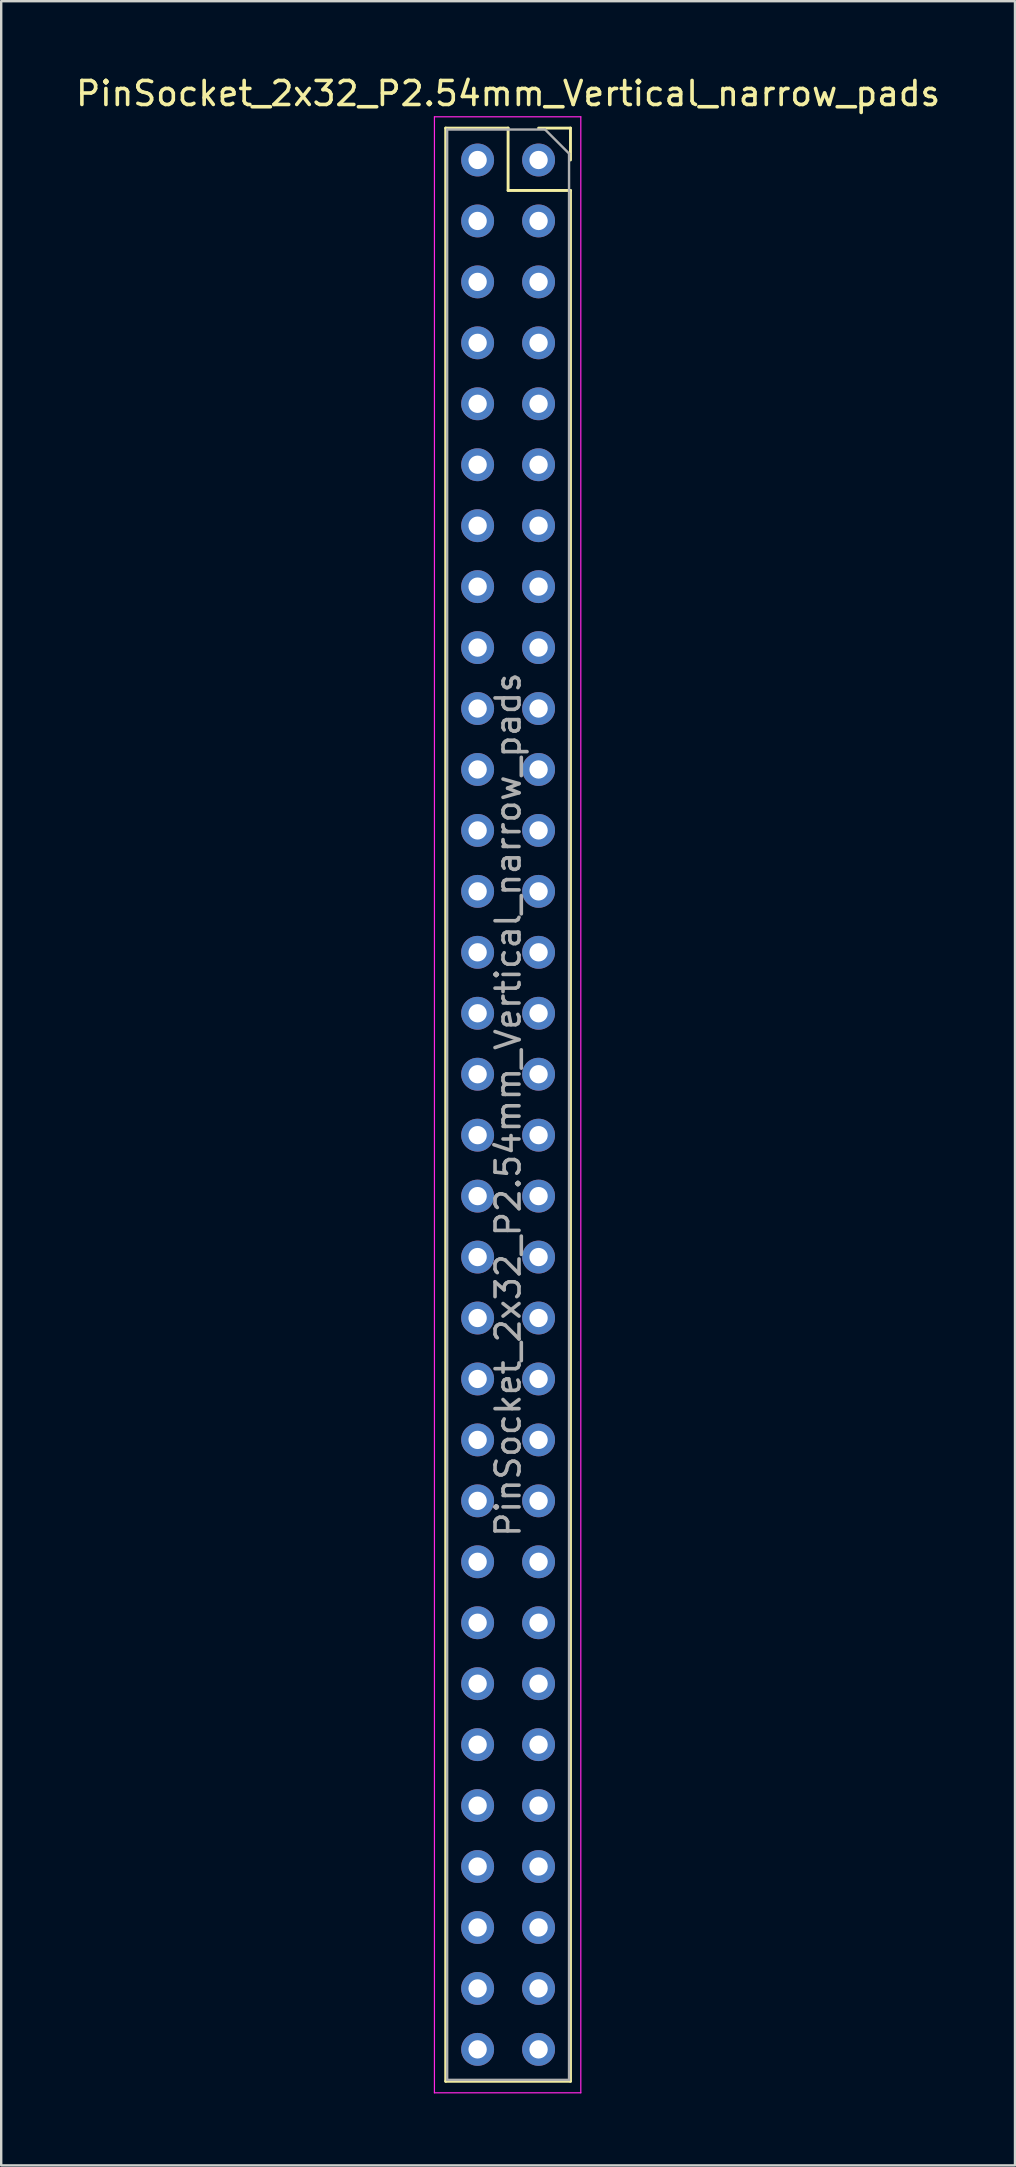
<source format=kicad_pcb>
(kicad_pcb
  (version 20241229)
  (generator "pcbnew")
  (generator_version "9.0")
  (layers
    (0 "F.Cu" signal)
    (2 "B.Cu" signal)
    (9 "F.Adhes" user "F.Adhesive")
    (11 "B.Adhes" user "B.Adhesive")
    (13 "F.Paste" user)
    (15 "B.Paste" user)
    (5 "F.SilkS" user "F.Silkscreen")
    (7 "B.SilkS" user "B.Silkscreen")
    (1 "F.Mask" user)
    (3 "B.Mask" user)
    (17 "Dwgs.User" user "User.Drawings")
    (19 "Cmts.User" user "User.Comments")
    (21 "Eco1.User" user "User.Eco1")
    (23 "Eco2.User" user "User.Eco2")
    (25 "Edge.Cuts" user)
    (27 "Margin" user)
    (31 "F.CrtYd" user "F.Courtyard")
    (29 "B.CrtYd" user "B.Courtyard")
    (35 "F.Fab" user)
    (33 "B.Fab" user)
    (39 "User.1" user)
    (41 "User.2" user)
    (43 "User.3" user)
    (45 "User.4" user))
  (footprint "PinSocket_2x32_P2.54mm_Vertical_narrow_pads"
    (layer "F.Cu")
    (at 18.125 42.988)
    (property "Reference" "PinSocket_2x32_P2.54mm_Vertical_narrow_pads" (at 0 -42.14 0) (layer "F.SilkS") (effects (font (size 1 1) (thickness 0.15))))
    (attr through_hole)
    (fp_line (start -2.6 -40.7) (end -2.6 40.7) (stroke (width 0.12) (type solid)) (layer "F.SilkS"))
    (fp_line (start -2.6 -40.7) (end 0 -40.7) (stroke (width 0.12) (type solid)) (layer "F.SilkS"))
    (fp_line (start -2.6 40.7) (end 2.6 40.7) (stroke (width 0.12) (type solid)) (layer "F.SilkS"))
    (fp_line (start 0 -40.7) (end 0 -38.1) (stroke (width 0.12) (type solid)) (layer "F.SilkS"))
    (fp_line (start 0 -38.1) (end 2.6 -38.1) (stroke (width 0.12) (type solid)) (layer "F.SilkS"))
    (fp_line (start 1.27 -40.7) (end 2.6 -40.7) (stroke (width 0.12) (type solid)) (layer "F.SilkS"))
    (fp_line (start 2.6 -40.7) (end 2.6 -39.37) (stroke (width 0.12) (type solid)) (layer "F.SilkS"))
    (fp_line (start 2.6 -38.1) (end 2.6 40.7) (stroke (width 0.12) (type solid)) (layer "F.SilkS"))
    (fp_line (start -3.07 -41.17) (end 3.03 -41.17) (stroke (width 0.05) (type solid)) (layer "F.CrtYd"))
    (fp_line (start -3.07 41.18) (end -3.07 -41.17) (stroke (width 0.05) (type solid)) (layer "F.CrtYd"))
    (fp_line (start 3.03 -41.17) (end 3.03 41.18) (stroke (width 0.05) (type solid)) (layer "F.CrtYd"))
    (fp_line (start 3.03 41.18) (end -3.07 41.18) (stroke (width 0.05) (type solid)) (layer "F.CrtYd"))
    (fp_line (start -2.54 -40.64) (end 1.54 -40.64) (stroke (width 0.1) (type solid)) (layer "F.Fab"))
    (fp_line (start -2.54 40.64) (end -2.54 -40.64) (stroke (width 0.1) (type solid)) (layer "F.Fab"))
    (fp_line (start 1.54 -40.64) (end 2.54 -39.64) (stroke (width 0.1) (type solid)) (layer "F.Fab"))
    (fp_line (start 2.54 -39.64) (end 2.54 40.64) (stroke (width 0.1) (type solid)) (layer "F.Fab"))
    (fp_line (start 2.54 40.64) (end -2.54 40.64) (stroke (width 0.1) (type solid)) (layer "F.Fab"))
    (fp_text user "${REFERENCE}" (at 0 0 90) (layer "F.Fab") (effects (font (size 1 1) (thickness 0.15))))
    (pad "1" thru_hole circle (at 1.27 -39.37) (size 1.37 1.37) (drill 0.762) (layers "*.Cu" "*.Mask"))
    (pad "2" thru_hole circle (at -1.27 -39.37) (size 1.37 1.37) (drill 0.762) (layers "*.Cu" "*.Mask"))
    (pad "3" thru_hole circle (at 1.27 -36.83) (size 1.37 1.37) (drill 0.762) (layers "*.Cu" "*.Mask"))
    (pad "4" thru_hole circle (at -1.27 -36.83) (size 1.37 1.37) (drill 0.762) (layers "*.Cu" "*.Mask"))
    (pad "5" thru_hole circle (at 1.27 -34.29) (size 1.37 1.37) (drill 0.762) (layers "*.Cu" "*.Mask"))
    (pad "6" thru_hole circle (at -1.27 -34.29) (size 1.37 1.37) (drill 0.762) (layers "*.Cu" "*.Mask"))
    (pad "7" thru_hole circle (at 1.27 -31.75) (size 1.37 1.37) (drill 0.762) (layers "*.Cu" "*.Mask"))
    (pad "8" thru_hole circle (at -1.27 -31.75) (size 1.37 1.37) (drill 0.762) (layers "*.Cu" "*.Mask"))
    (pad "9" thru_hole circle (at 1.27 -29.21) (size 1.37 1.37) (drill 0.762) (layers "*.Cu" "*.Mask"))
    (pad "10" thru_hole circle (at -1.27 -29.21) (size 1.37 1.37) (drill 0.762) (layers "*.Cu" "*.Mask"))
    (pad "11" thru_hole circle (at 1.27 -26.67) (size 1.37 1.37) (drill 0.762) (layers "*.Cu" "*.Mask"))
    (pad "12" thru_hole circle (at -1.27 -26.67) (size 1.37 1.37) (drill 0.762) (layers "*.Cu" "*.Mask"))
    (pad "13" thru_hole circle (at 1.27 -24.13) (size 1.37 1.37) (drill 0.762) (layers "*.Cu" "*.Mask"))
    (pad "14" thru_hole circle (at -1.27 -24.13) (size 1.37 1.37) (drill 0.762) (layers "*.Cu" "*.Mask"))
    (pad "15" thru_hole circle (at 1.27 -21.59) (size 1.37 1.37) (drill 0.762) (layers "*.Cu" "*.Mask"))
    (pad "16" thru_hole circle (at -1.27 -21.59) (size 1.37 1.37) (drill 0.762) (layers "*.Cu" "*.Mask"))
    (pad "17" thru_hole circle (at 1.27 -19.05) (size 1.37 1.37) (drill 0.762) (layers "*.Cu" "*.Mask"))
    (pad "18" thru_hole circle (at -1.27 -19.05) (size 1.37 1.37) (drill 0.762) (layers "*.Cu" "*.Mask"))
    (pad "19" thru_hole circle (at 1.27 -16.51) (size 1.37 1.37) (drill 0.762) (layers "*.Cu" "*.Mask"))
    (pad "20" thru_hole circle (at -1.27 -16.51) (size 1.37 1.37) (drill 0.762) (layers "*.Cu" "*.Mask"))
    (pad "21" thru_hole circle (at 1.27 -13.97) (size 1.37 1.37) (drill 0.762) (layers "*.Cu" "*.Mask"))
    (pad "22" thru_hole circle (at -1.27 -13.97) (size 1.37 1.37) (drill 0.762) (layers "*.Cu" "*.Mask"))
    (pad "23" thru_hole circle (at 1.27 -11.43) (size 1.37 1.37) (drill 0.762) (layers "*.Cu" "*.Mask"))
    (pad "24" thru_hole circle (at -1.27 -11.43) (size 1.37 1.37) (drill 0.762) (layers "*.Cu" "*.Mask"))
    (pad "25" thru_hole circle (at 1.27 -8.89) (size 1.37 1.37) (drill 0.762) (layers "*.Cu" "*.Mask"))
    (pad "26" thru_hole circle (at -1.27 -8.89) (size 1.37 1.37) (drill 0.762) (layers "*.Cu" "*.Mask"))
    (pad "27" thru_hole circle (at 1.27 -6.35) (size 1.37 1.37) (drill 0.762) (layers "*.Cu" "*.Mask"))
    (pad "28" thru_hole circle (at -1.27 -6.35) (size 1.37 1.37) (drill 0.762) (layers "*.Cu" "*.Mask"))
    (pad "29" thru_hole circle (at 1.27 -3.81) (size 1.37 1.37) (drill 0.762) (layers "*.Cu" "*.Mask"))
    (pad "30" thru_hole circle (at -1.27 -3.81) (size 1.37 1.37) (drill 0.762) (layers "*.Cu" "*.Mask"))
    (pad "31" thru_hole circle (at 1.27 -1.27) (size 1.37 1.37) (drill 0.762) (layers "*.Cu" "*.Mask"))
    (pad "32" thru_hole circle (at -1.27 -1.27) (size 1.37 1.37) (drill 0.762) (layers "*.Cu" "*.Mask"))
    (pad "33" thru_hole circle (at 1.27 1.27) (size 1.37 1.37) (drill 0.762) (layers "*.Cu" "*.Mask"))
    (pad "34" thru_hole circle (at -1.27 1.27) (size 1.37 1.37) (drill 0.762) (layers "*.Cu" "*.Mask"))
    (pad "35" thru_hole circle (at 1.27 3.81) (size 1.37 1.37) (drill 0.762) (layers "*.Cu" "*.Mask"))
    (pad "36" thru_hole circle (at -1.27 3.81) (size 1.37 1.37) (drill 0.762) (layers "*.Cu" "*.Mask"))
    (pad "37" thru_hole circle (at 1.27 6.35) (size 1.37 1.37) (drill 0.762) (layers "*.Cu" "*.Mask"))
    (pad "38" thru_hole circle (at -1.27 6.35) (size 1.37 1.37) (drill 0.762) (layers "*.Cu" "*.Mask"))
    (pad "39" thru_hole circle (at 1.27 8.89) (size 1.37 1.37) (drill 0.762) (layers "*.Cu" "*.Mask"))
    (pad "40" thru_hole circle (at -1.27 8.89) (size 1.37 1.37) (drill 0.762) (layers "*.Cu" "*.Mask"))
    (pad "41" thru_hole circle (at 1.27 11.43) (size 1.37 1.37) (drill 0.762) (layers "*.Cu" "*.Mask"))
    (pad "42" thru_hole circle (at -1.27 11.43) (size 1.37 1.37) (drill 0.762) (layers "*.Cu" "*.Mask"))
    (pad "43" thru_hole circle (at 1.27 13.97) (size 1.37 1.37) (drill 0.762) (layers "*.Cu" "*.Mask"))
    (pad "44" thru_hole circle (at -1.27 13.97) (size 1.37 1.37) (drill 0.762) (layers "*.Cu" "*.Mask"))
    (pad "45" thru_hole circle (at 1.27 16.51) (size 1.37 1.37) (drill 0.762) (layers "*.Cu" "*.Mask"))
    (pad "46" thru_hole circle (at -1.27 16.51) (size 1.37 1.37) (drill 0.762) (layers "*.Cu" "*.Mask"))
    (pad "47" thru_hole circle (at 1.27 19.05) (size 1.37 1.37) (drill 0.762) (layers "*.Cu" "*.Mask"))
    (pad "48" thru_hole circle (at -1.27 19.05) (size 1.37 1.37) (drill 0.762) (layers "*.Cu" "*.Mask"))
    (pad "49" thru_hole circle (at 1.27 21.59) (size 1.37 1.37) (drill 0.762) (layers "*.Cu" "*.Mask"))
    (pad "50" thru_hole circle (at -1.27 21.59) (size 1.37 1.37) (drill 0.762) (layers "*.Cu" "*.Mask"))
    (pad "51" thru_hole circle (at 1.27 24.13) (size 1.37 1.37) (drill 0.762) (layers "*.Cu" "*.Mask"))
    (pad "52" thru_hole circle (at -1.27 24.13) (size 1.37 1.37) (drill 0.762) (layers "*.Cu" "*.Mask"))
    (pad "53" thru_hole circle (at 1.27 26.67) (size 1.37 1.37) (drill 0.762) (layers "*.Cu" "*.Mask"))
    (pad "54" thru_hole circle (at -1.27 26.67) (size 1.37 1.37) (drill 0.762) (layers "*.Cu" "*.Mask"))
    (pad "55" thru_hole circle (at 1.27 29.21) (size 1.37 1.37) (drill 0.762) (layers "*.Cu" "*.Mask"))
    (pad "56" thru_hole circle (at -1.27 29.21) (size 1.37 1.37) (drill 0.762) (layers "*.Cu" "*.Mask"))
    (pad "57" thru_hole circle (at 1.27 31.75) (size 1.37 1.37) (drill 0.762) (layers "*.Cu" "*.Mask"))
    (pad "58" thru_hole circle (at -1.27 31.75) (size 1.37 1.37) (drill 0.762) (layers "*.Cu" "*.Mask"))
    (pad "59" thru_hole circle (at 1.27 34.29) (size 1.37 1.37) (drill 0.762) (layers "*.Cu" "*.Mask"))
    (pad "60" thru_hole circle (at -1.27 34.29) (size 1.37 1.37) (drill 0.762) (layers "*.Cu" "*.Mask"))
    (pad "61" thru_hole circle (at 1.27 36.83) (size 1.37 1.37) (drill 0.762) (layers "*.Cu" "*.Mask"))
    (pad "62" thru_hole circle (at -1.27 36.83) (size 1.37 1.37) (drill 0.762) (layers "*.Cu" "*.Mask"))
    (pad "63" thru_hole circle (at 1.27 39.37) (size 1.37 1.37) (drill 0.762) (layers "*.Cu" "*.Mask"))
    (pad "64" thru_hole circle (at -1.27 39.37) (size 1.37 1.37) (drill 0.762) (layers "*.Cu" "*.Mask")))
  (gr_rect
    (start -3 -3)
    (end 39.25 87.193)
    (stroke (width 0.1) (type default))
    (fill no)
    (layer "Edge.Cuts")))
</source>
